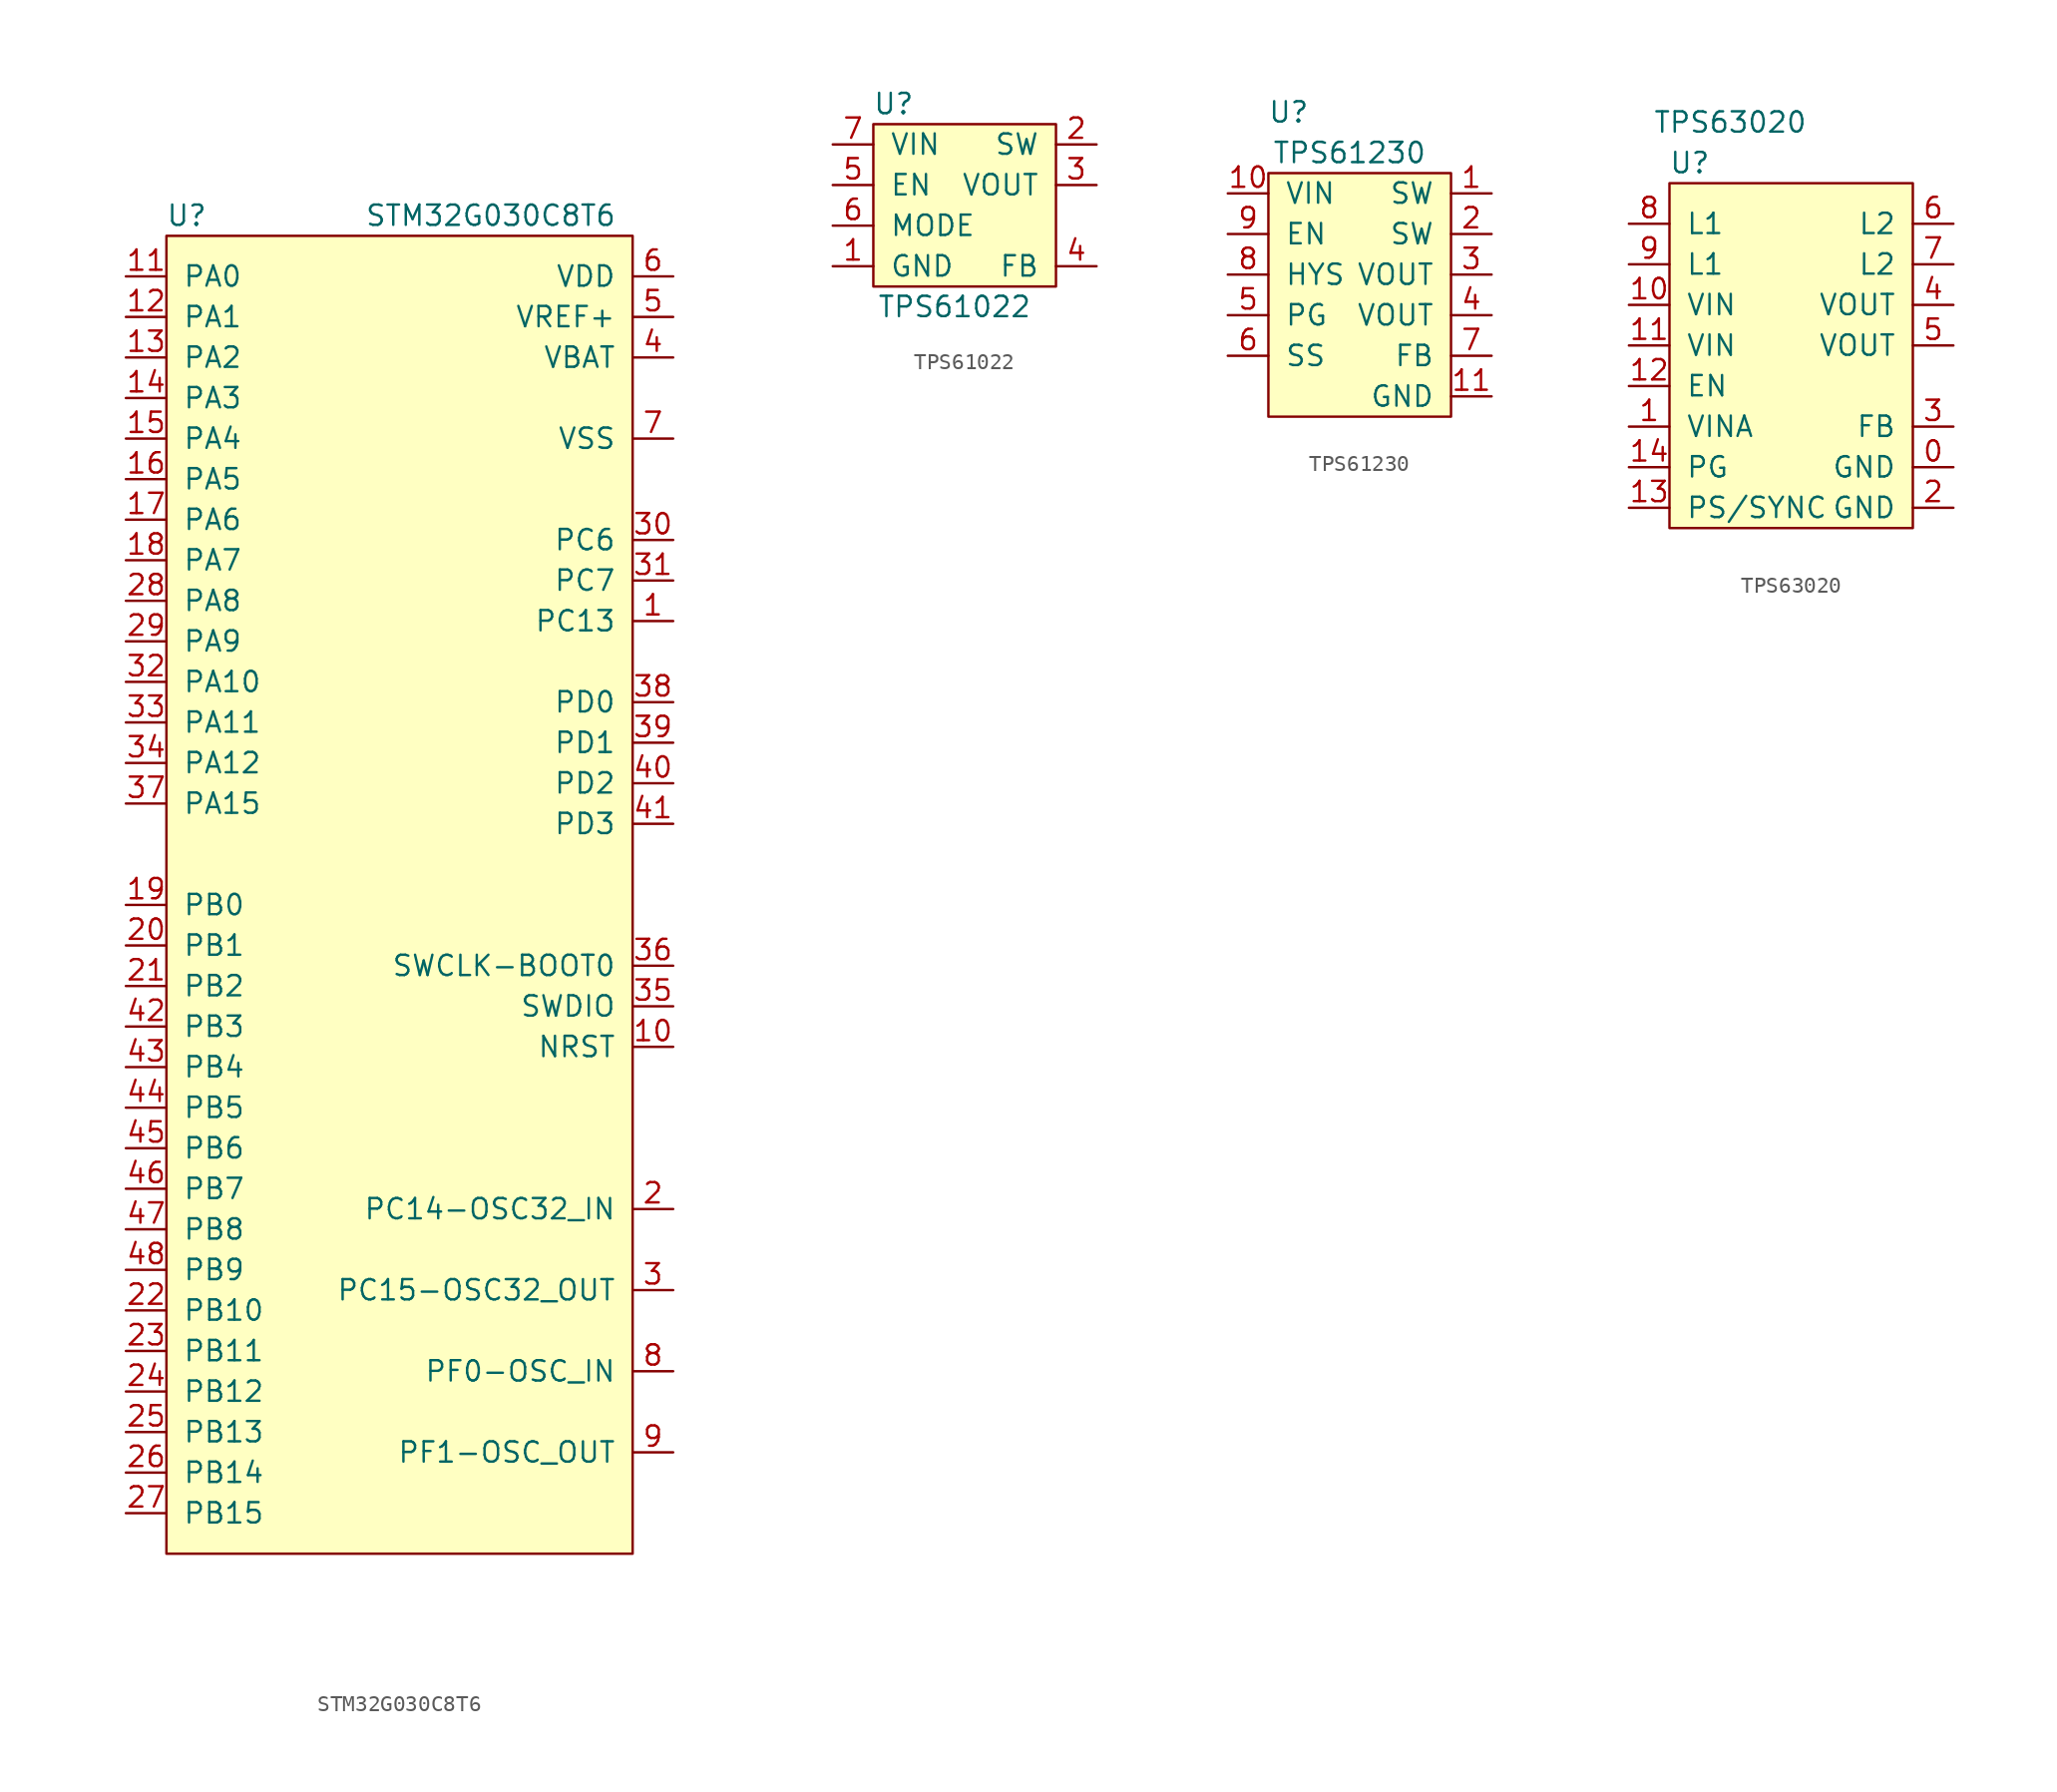
<source format=kicad_sym>
(kicad_symbol_lib
  (version 20211014)
  (generator kicad_symbol_editor)
  (symbol "STM32G030C8T6"
    (pin_names
      (offset 1.016))
    (property "Reference" "U"
      (at 1.27 83.82 0)
      (effects (font (size 1.27 1.27))))
    (property "Value" "STM32G030C8T6"
      (at 20.32 83.82 0)
      (effects (font (size 1.27 1.27))))
    (symbol "STM32G030C8T6_0_1"
      (rectangle (start 0 0) (end 29.21 82.55) (stroke (width 0) (type default) (color 0 0 0 0)) (fill (type background))))
    (symbol "STM32G030C8T6_1_1"
      (pin input line (at 31.75 58.42 180) (length 2.54) (name "PC13" (effects (font (size 1.27 1.27)))) (number "1" (effects (font (size 1.27 1.27)))))
      (pin input line (at 31.75 31.75 180) (length 2.54) (name "NRST" (effects (font (size 1.27 1.27)))) (number "10" (effects (font (size 1.27 1.27)))))
      (pin input line (at -2.54 80.01 0) (length 2.54) (name "PA0" (effects (font (size 1.27 1.27)))) (number "11" (effects (font (size 1.27 1.27)))))
      (pin input line (at -2.54 77.47 0) (length 2.54) (name "PA1" (effects (font (size 1.27 1.27)))) (number "12" (effects (font (size 1.27 1.27)))))
      (pin input line (at -2.54 74.93 0) (length 2.54) (name "PA2" (effects (font (size 1.27 1.27)))) (number "13" (effects (font (size 1.27 1.27)))))
      (pin input line (at -2.54 72.39 0) (length 2.54) (name "PA3" (effects (font (size 1.27 1.27)))) (number "14" (effects (font (size 1.27 1.27)))))
      (pin input line (at -2.54 69.85 0) (length 2.54) (name "PA4" (effects (font (size 1.27 1.27)))) (number "15" (effects (font (size 1.27 1.27)))))
      (pin input line (at -2.54 67.31 0) (length 2.54) (name "PA5" (effects (font (size 1.27 1.27)))) (number "16" (effects (font (size 1.27 1.27)))))
      (pin input line (at -2.54 64.77 0) (length 2.54) (name "PA6" (effects (font (size 1.27 1.27)))) (number "17" (effects (font (size 1.27 1.27)))))
      (pin input line (at -2.54 62.23 0) (length 2.54) (name "PA7" (effects (font (size 1.27 1.27)))) (number "18" (effects (font (size 1.27 1.27)))))
      (pin input line (at -2.54 40.64 0) (length 2.54) (name "PB0" (effects (font (size 1.27 1.27)))) (number "19" (effects (font (size 1.27 1.27)))))
      (pin input line (at 31.75 21.59 180) (length 2.54) (name "PC14-OSC32_IN" (effects (font (size 1.27 1.27)))) (number "2" (effects (font (size 1.27 1.27)))))
      (pin input line (at -2.54 38.1 0) (length 2.54) (name "PB1" (effects (font (size 1.27 1.27)))) (number "20" (effects (font (size 1.27 1.27)))))
      (pin input line (at -2.54 35.56 0) (length 2.54) (name "PB2" (effects (font (size 1.27 1.27)))) (number "21" (effects (font (size 1.27 1.27)))))
      (pin input line (at -2.54 15.24 0) (length 2.54) (name "PB10" (effects (font (size 1.27 1.27)))) (number "22" (effects (font (size 1.27 1.27)))))
      (pin input line (at -2.54 12.7 0) (length 2.54) (name "PB11" (effects (font (size 1.27 1.27)))) (number "23" (effects (font (size 1.27 1.27)))))
      (pin input line (at -2.54 10.16 0) (length 2.54) (name "PB12" (effects (font (size 1.27 1.27)))) (number "24" (effects (font (size 1.27 1.27)))))
      (pin input line (at -2.54 7.62 0) (length 2.54) (name "PB13" (effects (font (size 1.27 1.27)))) (number "25" (effects (font (size 1.27 1.27)))))
      (pin input line (at -2.54 5.08 0) (length 2.54) (name "PB14" (effects (font (size 1.27 1.27)))) (number "26" (effects (font (size 1.27 1.27)))))
      (pin input line (at -2.54 2.54 0) (length 2.54) (name "PB15" (effects (font (size 1.27 1.27)))) (number "27" (effects (font (size 1.27 1.27)))))
      (pin input line (at -2.54 59.69 0) (length 2.54) (name "PA8" (effects (font (size 1.27 1.27)))) (number "28" (effects (font (size 1.27 1.27)))))
      (pin input line (at -2.54 57.15 0) (length 2.54) (name "PA9" (effects (font (size 1.27 1.27)))) (number "29" (effects (font (size 1.27 1.27)))))
      (pin input line (at 31.75 16.51 180) (length 2.54) (name "PC15-OSC32_OUT" (effects (font (size 1.27 1.27)))) (number "3" (effects (font (size 1.27 1.27)))))
      (pin input line (at 31.75 63.5 180) (length 2.54) (name "PC6" (effects (font (size 1.27 1.27)))) (number "30" (effects (font (size 1.27 1.27)))))
      (pin input line (at 31.75 60.96 180) (length 2.54) (name "PC7" (effects (font (size 1.27 1.27)))) (number "31" (effects (font (size 1.27 1.27)))))
      (pin input line (at -2.54 54.61 0) (length 2.54) (name "PA10" (effects (font (size 1.27 1.27)))) (number "32" (effects (font (size 1.27 1.27)))))
      (pin input line (at -2.54 52.07 0) (length 2.54) (name "PA11" (effects (font (size 1.27 1.27)))) (number "33" (effects (font (size 1.27 1.27)))))
      (pin input line (at -2.54 49.53 0) (length 2.54) (name "PA12" (effects (font (size 1.27 1.27)))) (number "34" (effects (font (size 1.27 1.27)))))
      (pin input line (at 31.75 34.29 180) (length 2.54) (name "SWDIO" (effects (font (size 1.27 1.27)))) (number "35" (effects (font (size 1.27 1.27)))))
      (pin input line (at 31.75 36.83 180) (length 2.54) (name "SWCLK-BOOT0" (effects (font (size 1.27 1.27)))) (number "36" (effects (font (size 1.27 1.27)))))
      (pin input line (at -2.54 46.99 0) (length 2.54) (name "PA15" (effects (font (size 1.27 1.27)))) (number "37" (effects (font (size 1.27 1.27)))))
      (pin input line (at 31.75 53.34 180) (length 2.54) (name "PD0" (effects (font (size 1.27 1.27)))) (number "38" (effects (font (size 1.27 1.27)))))
      (pin input line (at 31.75 50.8 180) (length 2.54) (name "PD1" (effects (font (size 1.27 1.27)))) (number "39" (effects (font (size 1.27 1.27)))))
      (pin input line (at 31.75 74.93 180) (length 2.54) (name "VBAT" (effects (font (size 1.27 1.27)))) (number "4" (effects (font (size 1.27 1.27)))))
      (pin input line (at 31.75 48.26 180) (length 2.54) (name "PD2" (effects (font (size 1.27 1.27)))) (number "40" (effects (font (size 1.27 1.27)))))
      (pin input line (at 31.75 45.72 180) (length 2.54) (name "PD3" (effects (font (size 1.27 1.27)))) (number "41" (effects (font (size 1.27 1.27)))))
      (pin input line (at -2.54 33.02 0) (length 2.54) (name "PB3" (effects (font (size 1.27 1.27)))) (number "42" (effects (font (size 1.27 1.27)))))
      (pin input line (at -2.54 30.48 0) (length 2.54) (name "PB4" (effects (font (size 1.27 1.27)))) (number "43" (effects (font (size 1.27 1.27)))))
      (pin input line (at -2.54 27.94 0) (length 2.54) (name "PB5" (effects (font (size 1.27 1.27)))) (number "44" (effects (font (size 1.27 1.27)))))
      (pin input line (at -2.54 25.4 0) (length 2.54) (name "PB6" (effects (font (size 1.27 1.27)))) (number "45" (effects (font (size 1.27 1.27)))))
      (pin input line (at -2.54 22.86 0) (length 2.54) (name "PB7" (effects (font (size 1.27 1.27)))) (number "46" (effects (font (size 1.27 1.27)))))
      (pin input line (at -2.54 20.32 0) (length 2.54) (name "PB8" (effects (font (size 1.27 1.27)))) (number "47" (effects (font (size 1.27 1.27)))))
      (pin input line (at -2.54 17.78 0) (length 2.54) (name "PB9" (effects (font (size 1.27 1.27)))) (number "48" (effects (font (size 1.27 1.27)))))
      (pin input line (at 31.75 77.47 180) (length 2.54) (name "VREF+" (effects (font (size 1.27 1.27)))) (number "5" (effects (font (size 1.27 1.27)))))
      (pin input line (at 31.75 80.01 180) (length 2.54) (name "VDD" (effects (font (size 1.27 1.27)))) (number "6" (effects (font (size 1.27 1.27)))))
      (pin input line (at 31.75 69.85 180) (length 2.54) (name "VSS" (effects (font (size 1.27 1.27)))) (number "7" (effects (font (size 1.27 1.27)))))
      (pin input line (at 31.75 11.43 180) (length 2.54) (name "PF0-OSC_IN" (effects (font (size 1.27 1.27)))) (number "8" (effects (font (size 1.27 1.27)))))
      (pin input line (at 31.75 6.35 180) (length 2.54) (name "PF1-OSC_OUT" (effects (font (size 1.27 1.27)))) (number "9" (effects (font (size 1.27 1.27)))))))
  (symbol "TPS61022"
    (pin_names
      (offset 1.016))
    (property "Reference" "U"
      (at 1.27 11.43 0)
      (effects (font (size 1.27 1.27))))
    (property "Value" "TPS61022"
      (at 5.08 -1.27 0)
      (effects (font (size 1.27 1.27))))
    (symbol "TPS61022_0_1"
      (rectangle (start 0 0) (end 11.43 10.16) (stroke (width 0) (type default) (color 0 0 0 0)) (fill (type background))))
    (symbol "TPS61022_1_1"
      (pin power_in line (at -2.54 1.27 0) (length 2.54) (name "GND" (effects (font (size 1.27 1.27)))) (number "1" (effects (font (size 1.27 1.27)))))
      (pin input line (at 13.97 8.89 180) (length 2.54) (name "SW" (effects (font (size 1.27 1.27)))) (number "2" (effects (font (size 1.27 1.27)))))
      (pin power_in line (at 13.97 6.35 180) (length 2.54) (name "VOUT" (effects (font (size 1.27 1.27)))) (number "3" (effects (font (size 1.27 1.27)))))
      (pin input line (at 13.97 1.27 180) (length 2.54) (name "FB" (effects (font (size 1.27 1.27)))) (number "4" (effects (font (size 1.27 1.27)))))
      (pin input line (at -2.54 6.35 0) (length 2.54) (name "EN" (effects (font (size 1.27 1.27)))) (number "5" (effects (font (size 1.27 1.27)))))
      (pin input line (at -2.54 3.81 0) (length 2.54) (name "MODE" (effects (font (size 1.27 1.27)))) (number "6" (effects (font (size 1.27 1.27)))))
      (pin power_in line (at -2.54 8.89 0) (length 2.54) (name "VIN" (effects (font (size 1.27 1.27)))) (number "7" (effects (font (size 1.27 1.27)))))))
  (symbol "TPS61230"
    (pin_names
      (offset 1.016))
    (property "Reference" "U"
      (at 1.27 19.05 0)
      (effects (font (size 1.27 1.27))))
    (property "Value" "TPS61230"
      (at 5.08 16.51 0)
      (effects (font (size 1.27 1.27))))
    (symbol "TPS61230_1_1"
      (rectangle (start 0 0) (end 11.43 15.24) (stroke (width 0) (type default) (color 0 0 0 0)) (fill (type background)))
      (pin input line (at 13.97 13.97 180) (length 2.54) (name "SW" (effects (font (size 1.27 1.27)))) (number "1" (effects (font (size 1.27 1.27)))))
      (pin input line (at -2.54 13.97 0) (length 2.54) (name "VIN" (effects (font (size 1.27 1.27)))) (number "10" (effects (font (size 1.27 1.27)))))
      (pin input line (at 13.97 1.27 180) (length 2.54) (name "GND" (effects (font (size 1.27 1.27)))) (number "11" (effects (font (size 1.27 1.27)))))
      (pin input line (at 13.97 11.43 180) (length 2.54) (name "SW" (effects (font (size 1.27 1.27)))) (number "2" (effects (font (size 1.27 1.27)))))
      (pin input line (at 13.97 8.89 180) (length 2.54) (name "VOUT" (effects (font (size 1.27 1.27)))) (number "3" (effects (font (size 1.27 1.27)))))
      (pin input line (at 13.97 6.35 180) (length 2.54) (name "VOUT" (effects (font (size 1.27 1.27)))) (number "4" (effects (font (size 1.27 1.27)))))
      (pin input line (at -2.54 6.35 0) (length 2.54) (name "PG" (effects (font (size 1.27 1.27)))) (number "5" (effects (font (size 1.27 1.27)))))
      (pin input line (at -2.54 3.81 0) (length 2.54) (name "SS" (effects (font (size 1.27 1.27)))) (number "6" (effects (font (size 1.27 1.27)))))
      (pin input line (at 13.97 3.81 180) (length 2.54) (name "FB" (effects (font (size 1.27 1.27)))) (number "7" (effects (font (size 1.27 1.27)))))
      (pin input line (at -2.54 8.89 0) (length 2.54) (name "HYS" (effects (font (size 1.27 1.27)))) (number "8" (effects (font (size 1.27 1.27)))))
      (pin input line (at -2.54 11.43 0) (length 2.54) (name "EN" (effects (font (size 1.27 1.27)))) (number "9" (effects (font (size 1.27 1.27)))))))
  (symbol "TPS63020"
    (pin_names
      (offset 1.016))
    (property "Reference" "U"
      (at 1.27 22.86 0)
      (effects (font (size 1.27 1.27))))
    (property "Value" "TPS63020"
      (at 3.81 25.4 0)
      (effects (font (size 1.27 1.27))))
    (symbol "TPS63020_0_1"
      (rectangle (start 0 0) (end 15.24 21.59) (stroke (width 0) (type default) (color 0 0 0 0)) (fill (type background))))
    (symbol "TPS63020_1_1"
      (pin input line (at 17.78 3.81 180) (length 2.54) (name "GND" (effects (font (size 1.27 1.27)))) (number "0" (effects (font (size 1.27 1.27)))))
      (pin output line (at -2.54 6.35 0) (length 2.54) (name "VINA" (effects (font (size 1.27 1.27)))) (number "1" (effects (font (size 1.27 1.27)))))
      (pin input line (at -2.54 13.97 0) (length 2.54) (name "VIN" (effects (font (size 1.27 1.27)))) (number "10" (effects (font (size 1.27 1.27)))))
      (pin input line (at -2.54 11.43 0) (length 2.54) (name "VIN" (effects (font (size 1.27 1.27)))) (number "11" (effects (font (size 1.27 1.27)))))
      (pin input line (at -2.54 8.89 0) (length 2.54) (name "EN" (effects (font (size 1.27 1.27)))) (number "12" (effects (font (size 1.27 1.27)))))
      (pin input line (at -2.54 1.27 0) (length 2.54) (name "PS/SYNC" (effects (font (size 1.27 1.27)))) (number "13" (effects (font (size 1.27 1.27)))))
      (pin input line (at -2.54 3.81 0) (length 2.54) (name "PG" (effects (font (size 1.27 1.27)))) (number "14" (effects (font (size 1.27 1.27)))))
      (pin input line (at 17.78 1.27 180) (length 2.54) (name "GND" (effects (font (size 1.27 1.27)))) (number "2" (effects (font (size 1.27 1.27)))))
      (pin input line (at 17.78 6.35 180) (length 2.54) (name "FB" (effects (font (size 1.27 1.27)))) (number "3" (effects (font (size 1.27 1.27)))))
      (pin input line (at 17.78 13.97 180) (length 2.54) (name "VOUT" (effects (font (size 1.27 1.27)))) (number "4" (effects (font (size 1.27 1.27)))))
      (pin input line (at 17.78 11.43 180) (length 2.54) (name "VOUT" (effects (font (size 1.27 1.27)))) (number "5" (effects (font (size 1.27 1.27)))))
      (pin input line (at 17.78 19.05 180) (length 2.54) (name "L2" (effects (font (size 1.27 1.27)))) (number "6" (effects (font (size 1.27 1.27)))))
      (pin input line (at 17.78 16.51 180) (length 2.54) (name "L2" (effects (font (size 1.27 1.27)))) (number "7" (effects (font (size 1.27 1.27)))))
      (pin input line (at -2.54 19.05 0) (length 2.54) (name "L1" (effects (font (size 1.27 1.27)))) (number "8" (effects (font (size 1.27 1.27)))))
      (pin input line (at -2.54 16.51 0) (length 2.54) (name "L1" (effects (font (size 1.27 1.27)))) (number "9" (effects (font (size 1.27 1.27))))))))
</source>
